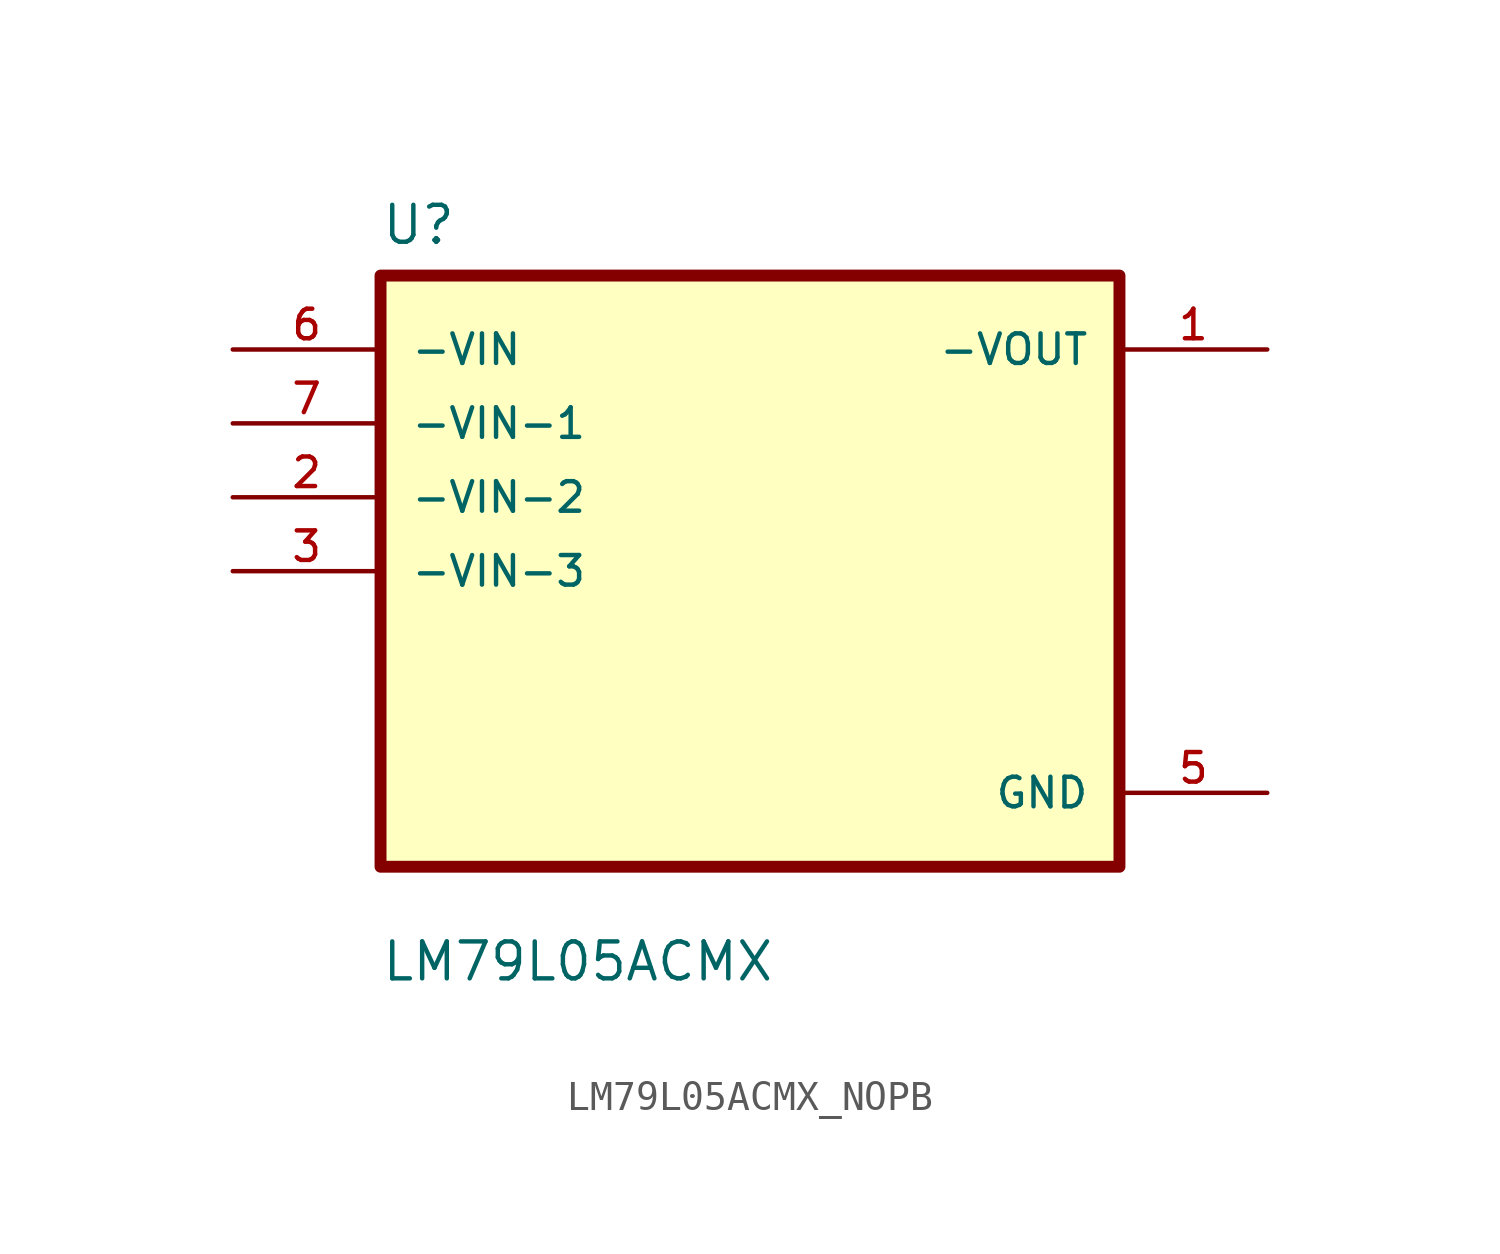
<source format=kicad_sym>
(kicad_symbol_lib
  (version 20241209)
  (generator "kicad_symbol_editor")
  (generator_version "9.0")
  (symbol "LM79L05ACMX_NOPB"
    (pin_names
      (offset 1.016))
    (property "Reference" "U"
      (at -12.7 11.16 0)
      (effects (font (size 1.27 1.27)) (justify left bottom)))
    (property "Value" "LM79L05ACMX"
      (at -12.7 -14.16 0)
      (effects (font (size 1.27 1.27)) (justify left bottom)))
    (symbol "LM79L05ACMX_NOPB_0_0"
      (rectangle (start -12.7 -10.16) (end 12.7 10.16) (stroke (width 0.41) (type default)) (fill (type background)))
      (pin input line (at -17.78 7.62 0) (length 5.08) (name "-VIN" (effects (font (size 1.016 1.016)))) (number "6" (effects (font (size 1.016 1.016)))))
      (pin input line (at -17.78 5.08 0) (length 5.08) (name "-VIN-1" (effects (font (size 1.016 1.016)))) (number "7" (effects (font (size 1.016 1.016)))))
      (pin input line (at -17.78 2.54 0) (length 5.08) (name "-VIN-2" (effects (font (size 1.016 1.016)))) (number "2" (effects (font (size 1.016 1.016)))))
      (pin input line (at -17.78 0 0) (length 5.08) (name "-VIN-3" (effects (font (size 1.016 1.016)))) (number "3" (effects (font (size 1.016 1.016)))))
      (pin output line (at 17.78 7.62 180) (length 5.08) (name "-VOUT" (effects (font (size 1.016 1.016)))) (number "1" (effects (font (size 1.016 1.016)))))
      (pin power_in line (at 17.78 -7.62 180) (length 5.08) (name "GND" (effects (font (size 1.016 1.016)))) (number "5" (effects (font (size 1.016 1.016))))))))
</source>
